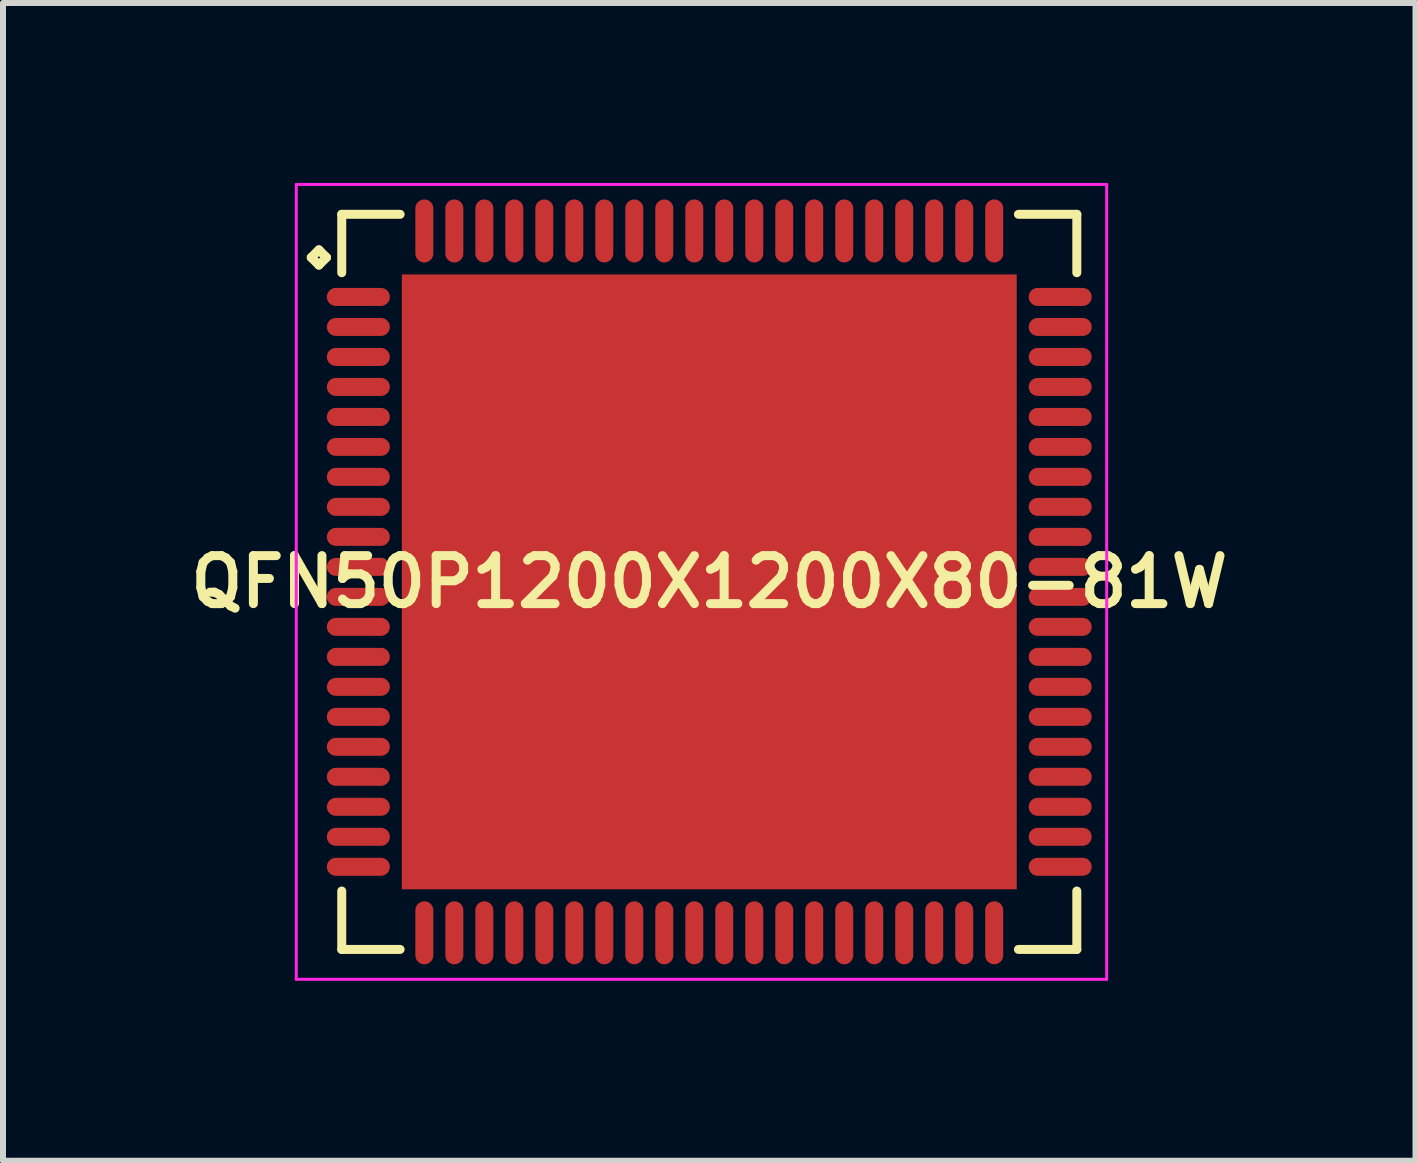
<source format=kicad_pcb>
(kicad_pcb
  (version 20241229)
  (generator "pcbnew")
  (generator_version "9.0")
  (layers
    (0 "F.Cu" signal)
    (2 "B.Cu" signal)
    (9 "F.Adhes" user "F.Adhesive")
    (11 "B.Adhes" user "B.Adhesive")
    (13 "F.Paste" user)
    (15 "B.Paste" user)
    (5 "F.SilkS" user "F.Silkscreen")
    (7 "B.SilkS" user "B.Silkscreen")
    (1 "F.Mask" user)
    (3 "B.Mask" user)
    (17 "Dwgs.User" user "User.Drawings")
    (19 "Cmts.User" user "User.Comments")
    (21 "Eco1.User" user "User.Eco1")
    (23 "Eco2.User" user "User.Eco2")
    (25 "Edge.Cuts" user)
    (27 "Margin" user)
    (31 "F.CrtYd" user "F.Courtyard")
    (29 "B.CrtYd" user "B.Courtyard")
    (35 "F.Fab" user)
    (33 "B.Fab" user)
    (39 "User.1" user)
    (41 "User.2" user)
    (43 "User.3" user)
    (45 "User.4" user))
  (footprint "QFN50P1200X1200X80-81W"
    (layer "F.Cu")
    (at 8.774 6.65)
    (property "Reference" "QFN50P1200X1200X80-81W" (at 0 0 0) (layer "F.SilkS") (effects (font (size 0.8 0.8) (thickness 0.15))))
    (attr smd)
    (fp_line (start -6.635 -5.408) (end -6.508 -5.535) (stroke (width 0.15) (type solid)) (layer "F.SilkS"))
    (fp_line (start -6.508 -5.535) (end -6.381 -5.408) (stroke (width 0.15) (type solid)) (layer "F.SilkS"))
    (fp_line (start -6.508 -5.281) (end -6.635 -5.408) (stroke (width 0.15) (type solid)) (layer "F.SilkS"))
    (fp_line (start -6.381 -5.408) (end -6.508 -5.281) (stroke (width 0.15) (type solid)) (layer "F.SilkS"))
    (fp_line (start -6.127 -6.127) (end -5.154 -6.127) (stroke (width 0.15) (type solid)) (layer "F.SilkS"))
    (fp_line (start -6.127 -5.154) (end -6.127 -6.127) (stroke (width 0.15) (type solid)) (layer "F.SilkS"))
    (fp_line (start -6.127 5.154) (end -6.127 6.127) (stroke (width 0.15) (type solid)) (layer "F.SilkS"))
    (fp_line (start -6.127 6.127) (end -5.154 6.127) (stroke (width 0.15) (type solid)) (layer "F.SilkS"))
    (fp_line (start 5.154 -6.127) (end 6.127 -6.127) (stroke (width 0.15) (type solid)) (layer "F.SilkS"))
    (fp_line (start 5.154 6.127) (end 6.127 6.127) (stroke (width 0.15) (type solid)) (layer "F.SilkS"))
    (fp_line (start 6.127 -6.127) (end 6.127 -5.154) (stroke (width 0.15) (type solid)) (layer "F.SilkS"))
    (fp_line (start 6.127 6.127) (end 6.127 5.154) (stroke (width 0.15) (type solid)) (layer "F.SilkS"))
    (fp_line (start -6.885 -6.625) (end 6.625 -6.625) (stroke (width 0.05) (type solid)) (layer "F.CrtYd"))
    (fp_line (start -6.885 6.625) (end -6.885 -6.625) (stroke (width 0.05) (type solid)) (layer "F.CrtYd"))
    (fp_line (start 6.625 -6.625) (end 6.625 6.625) (stroke (width 0.05) (type solid)) (layer "F.CrtYd"))
    (fp_line (start 6.625 6.625) (end -6.885 6.625) (stroke (width 0.05) (type solid)) (layer "F.CrtYd"))
    (pad "1" smd oval (at -5.85 -4.75) (size 1.05 0.3) (layers "F.Cu" "F.Mask" "F.Paste"))
    (pad "2" smd oval (at -5.85 -4.25) (size 1.05 0.3) (layers "F.Cu" "F.Mask" "F.Paste"))
    (pad "3" smd oval (at -5.85 -3.75) (size 1.05 0.3) (layers "F.Cu" "F.Mask" "F.Paste"))
    (pad "4" smd oval (at -5.85 -3.25) (size 1.05 0.3) (layers "F.Cu" "F.Mask" "F.Paste"))
    (pad "5" smd oval (at -5.85 -2.75) (size 1.05 0.3) (layers "F.Cu" "F.Mask" "F.Paste"))
    (pad "6" smd oval (at -5.85 -2.25) (size 1.05 0.3) (layers "F.Cu" "F.Mask" "F.Paste"))
    (pad "7" smd oval (at -5.85 -1.75) (size 1.05 0.3) (layers "F.Cu" "F.Mask" "F.Paste"))
    (pad "8" smd oval (at -5.85 -1.25) (size 1.05 0.3) (layers "F.Cu" "F.Mask" "F.Paste"))
    (pad "9" smd oval (at -5.85 -0.75) (size 1.05 0.3) (layers "F.Cu" "F.Mask" "F.Paste"))
    (pad "10" smd oval (at -5.85 -0.25) (size 1.05 0.3) (layers "F.Cu" "F.Mask" "F.Paste"))
    (pad "11" smd oval (at -5.85 0.25) (size 1.05 0.3) (layers "F.Cu" "F.Mask" "F.Paste"))
    (pad "12" smd oval (at -5.85 0.75) (size 1.05 0.3) (layers "F.Cu" "F.Mask" "F.Paste"))
    (pad "13" smd oval (at -5.85 1.25) (size 1.05 0.3) (layers "F.Cu" "F.Mask" "F.Paste"))
    (pad "14" smd oval (at -5.85 1.75) (size 1.05 0.3) (layers "F.Cu" "F.Mask" "F.Paste"))
    (pad "15" smd oval (at -5.85 2.25) (size 1.05 0.3) (layers "F.Cu" "F.Mask" "F.Paste"))
    (pad "16" smd oval (at -5.85 2.75) (size 1.05 0.3) (layers "F.Cu" "F.Mask" "F.Paste"))
    (pad "17" smd oval (at -5.85 3.25) (size 1.05 0.3) (layers "F.Cu" "F.Mask" "F.Paste"))
    (pad "18" smd oval (at -5.85 3.75) (size 1.05 0.3) (layers "F.Cu" "F.Mask" "F.Paste"))
    (pad "19" smd oval (at -5.85 4.25) (size 1.05 0.3) (layers "F.Cu" "F.Mask" "F.Paste"))
    (pad "20" smd oval (at -5.85 4.75) (size 1.05 0.3) (layers "F.Cu" "F.Mask" "F.Paste"))
    (pad "21" smd oval (at -4.75 5.85) (size 0.3 1.05) (layers "F.Cu" "F.Mask" "F.Paste"))
    (pad "22" smd oval (at -4.25 5.85) (size 0.3 1.05) (layers "F.Cu" "F.Mask" "F.Paste"))
    (pad "23" smd oval (at -3.75 5.85) (size 0.3 1.05) (layers "F.Cu" "F.Mask" "F.Paste"))
    (pad "24" smd oval (at -3.25 5.85) (size 0.3 1.05) (layers "F.Cu" "F.Mask" "F.Paste"))
    (pad "25" smd oval (at -2.75 5.85) (size 0.3 1.05) (layers "F.Cu" "F.Mask" "F.Paste"))
    (pad "26" smd oval (at -2.25 5.85) (size 0.3 1.05) (layers "F.Cu" "F.Mask" "F.Paste"))
    (pad "27" smd oval (at -1.75 5.85) (size 0.3 1.05) (layers "F.Cu" "F.Mask" "F.Paste"))
    (pad "28" smd oval (at -1.25 5.85) (size 0.3 1.05) (layers "F.Cu" "F.Mask" "F.Paste"))
    (pad "29" smd oval (at -0.75 5.85) (size 0.3 1.05) (layers "F.Cu" "F.Mask" "F.Paste"))
    (pad "30" smd oval (at -0.25 5.85) (size 0.3 1.05) (layers "F.Cu" "F.Mask" "F.Paste"))
    (pad "31" smd oval (at 0.25 5.85) (size 0.3 1.05) (layers "F.Cu" "F.Mask" "F.Paste"))
    (pad "32" smd oval (at 0.75 5.85) (size 0.3 1.05) (layers "F.Cu" "F.Mask" "F.Paste"))
    (pad "33" smd oval (at 1.25 5.85) (size 0.3 1.05) (layers "F.Cu" "F.Mask" "F.Paste"))
    (pad "34" smd oval (at 1.75 5.85) (size 0.3 1.05) (layers "F.Cu" "F.Mask" "F.Paste"))
    (pad "35" smd oval (at 2.25 5.85) (size 0.3 1.05) (layers "F.Cu" "F.Mask" "F.Paste"))
    (pad "36" smd oval (at 2.75 5.85) (size 0.3 1.05) (layers "F.Cu" "F.Mask" "F.Paste"))
    (pad "37" smd oval (at 3.25 5.85) (size 0.3 1.05) (layers "F.Cu" "F.Mask" "F.Paste"))
    (pad "38" smd oval (at 3.75 5.85) (size 0.3 1.05) (layers "F.Cu" "F.Mask" "F.Paste"))
    (pad "39" smd oval (at 4.25 5.85) (size 0.3 1.05) (layers "F.Cu" "F.Mask" "F.Paste"))
    (pad "40" smd oval (at 4.75 5.85) (size 0.3 1.05) (layers "F.Cu" "F.Mask" "F.Paste"))
    (pad "41" smd oval (at 5.85 4.75) (size 1.05 0.3) (layers "F.Cu" "F.Mask" "F.Paste"))
    (pad "42" smd oval (at 5.85 4.25) (size 1.05 0.3) (layers "F.Cu" "F.Mask" "F.Paste"))
    (pad "43" smd oval (at 5.85 3.75) (size 1.05 0.3) (layers "F.Cu" "F.Mask" "F.Paste"))
    (pad "44" smd oval (at 5.85 3.25) (size 1.05 0.3) (layers "F.Cu" "F.Mask" "F.Paste"))
    (pad "45" smd oval (at 5.85 2.75) (size 1.05 0.3) (layers "F.Cu" "F.Mask" "F.Paste"))
    (pad "46" smd oval (at 5.85 2.25) (size 1.05 0.3) (layers "F.Cu" "F.Mask" "F.Paste"))
    (pad "47" smd oval (at 5.85 1.75) (size 1.05 0.3) (layers "F.Cu" "F.Mask" "F.Paste"))
    (pad "48" smd oval (at 5.85 1.25) (size 1.05 0.3) (layers "F.Cu" "F.Mask" "F.Paste"))
    (pad "49" smd oval (at 5.85 0.75) (size 1.05 0.3) (layers "F.Cu" "F.Mask" "F.Paste"))
    (pad "50" smd oval (at 5.85 0.25) (size 1.05 0.3) (layers "F.Cu" "F.Mask" "F.Paste"))
    (pad "51" smd oval (at 5.85 -0.25) (size 1.05 0.3) (layers "F.Cu" "F.Mask" "F.Paste"))
    (pad "52" smd oval (at 5.85 -0.75) (size 1.05 0.3) (layers "F.Cu" "F.Mask" "F.Paste"))
    (pad "53" smd oval (at 5.85 -1.25) (size 1.05 0.3) (layers "F.Cu" "F.Mask" "F.Paste"))
    (pad "54" smd oval (at 5.85 -1.75) (size 1.05 0.3) (layers "F.Cu" "F.Mask" "F.Paste"))
    (pad "55" smd oval (at 5.85 -2.25) (size 1.05 0.3) (layers "F.Cu" "F.Mask" "F.Paste"))
    (pad "56" smd oval (at 5.85 -2.75) (size 1.05 0.3) (layers "F.Cu" "F.Mask" "F.Paste"))
    (pad "57" smd oval (at 5.85 -3.25) (size 1.05 0.3) (layers "F.Cu" "F.Mask" "F.Paste"))
    (pad "58" smd oval (at 5.85 -3.75) (size 1.05 0.3) (layers "F.Cu" "F.Mask" "F.Paste"))
    (pad "59" smd oval (at 5.85 -4.25) (size 1.05 0.3) (layers "F.Cu" "F.Mask" "F.Paste"))
    (pad "60" smd oval (at 5.85 -4.75) (size 1.05 0.3) (layers "F.Cu" "F.Mask" "F.Paste"))
    (pad "61" smd oval (at 4.75 -5.85) (size 0.3 1.05) (layers "F.Cu" "F.Mask" "F.Paste"))
    (pad "62" smd oval (at 4.25 -5.85) (size 0.3 1.05) (layers "F.Cu" "F.Mask" "F.Paste"))
    (pad "63" smd oval (at 3.75 -5.85) (size 0.3 1.05) (layers "F.Cu" "F.Mask" "F.Paste"))
    (pad "64" smd oval (at 3.25 -5.85) (size 0.3 1.05) (layers "F.Cu" "F.Mask" "F.Paste"))
    (pad "65" smd oval (at 2.75 -5.85) (size 0.3 1.05) (layers "F.Cu" "F.Mask" "F.Paste"))
    (pad "66" smd oval (at 2.25 -5.85) (size 0.3 1.05) (layers "F.Cu" "F.Mask" "F.Paste"))
    (pad "67" smd oval (at 1.75 -5.85) (size 0.3 1.05) (layers "F.Cu" "F.Mask" "F.Paste"))
    (pad "68" smd oval (at 1.25 -5.85) (size 0.3 1.05) (layers "F.Cu" "F.Mask" "F.Paste"))
    (pad "69" smd oval (at 0.75 -5.85) (size 0.3 1.05) (layers "F.Cu" "F.Mask" "F.Paste"))
    (pad "70" smd oval (at 0.25 -5.85) (size 0.3 1.05) (layers "F.Cu" "F.Mask" "F.Paste"))
    (pad "71" smd oval (at -0.25 -5.85) (size 0.3 1.05) (layers "F.Cu" "F.Mask" "F.Paste"))
    (pad "72" smd oval (at -0.75 -5.85) (size 0.3 1.05) (layers "F.Cu" "F.Mask" "F.Paste"))
    (pad "73" smd oval (at -1.25 -5.85) (size 0.3 1.05) (layers "F.Cu" "F.Mask" "F.Paste"))
    (pad "74" smd oval (at -1.75 -5.85) (size 0.3 1.05) (layers "F.Cu" "F.Mask" "F.Paste"))
    (pad "75" smd oval (at -2.25 -5.85) (size 0.3 1.05) (layers "F.Cu" "F.Mask" "F.Paste"))
    (pad "76" smd oval (at -2.75 -5.85) (size 0.3 1.05) (layers "F.Cu" "F.Mask" "F.Paste"))
    (pad "77" smd oval (at -3.25 -5.85) (size 0.3 1.05) (layers "F.Cu" "F.Mask" "F.Paste"))
    (pad "78" smd oval (at -3.75 -5.85) (size 0.3 1.05) (layers "F.Cu" "F.Mask" "F.Paste"))
    (pad "79" smd oval (at -4.25 -5.85) (size 0.3 1.05) (layers "F.Cu" "F.Mask" "F.Paste"))
    (pad "80" smd oval (at -4.75 -5.85) (size 0.3 1.05) (layers "F.Cu" "F.Mask" "F.Paste"))
    (pad "81" smd rect (at 0 0) (size 10.25 10.25) (layers "F.Cu" "F.Mask" "F.Paste")))
  (gr_rect
    (start -3 -3)
    (end 20.547 16.3)
    (stroke (width 0.1) (type default))
    (fill no)
    (layer "Edge.Cuts")))
</source>
